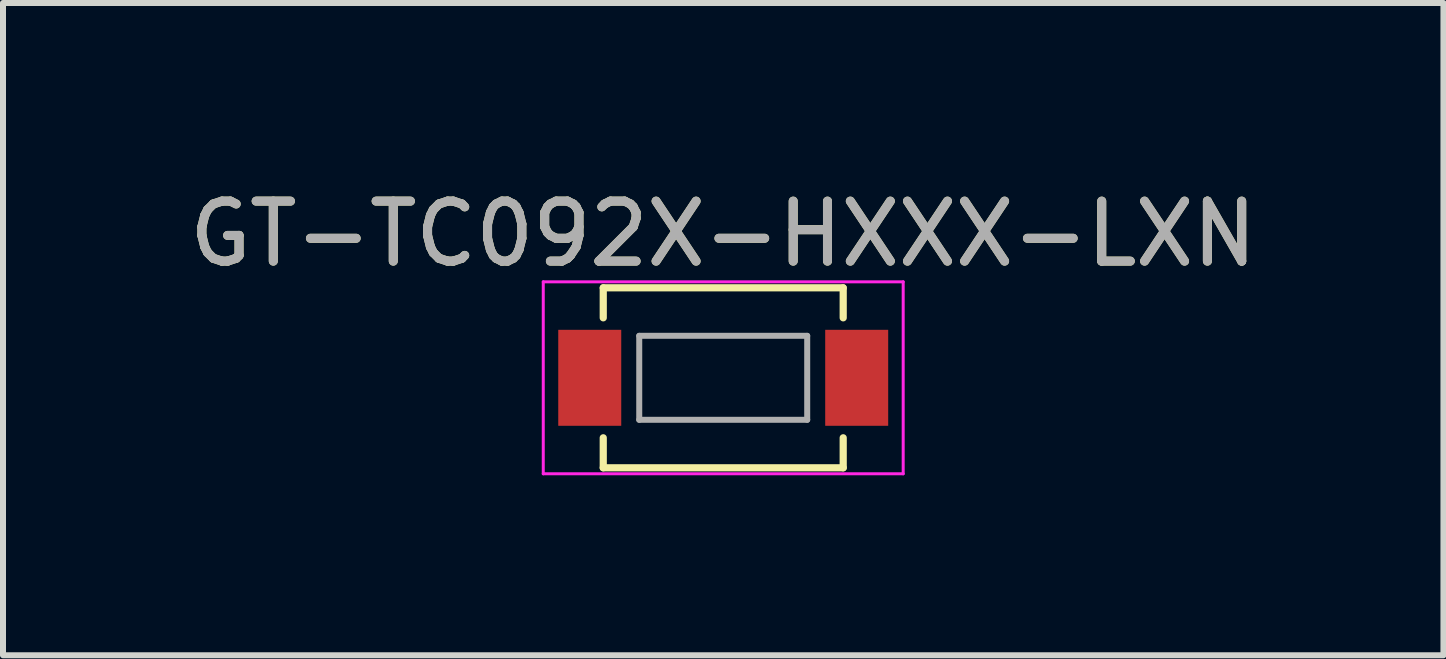
<source format=kicad_pcb>
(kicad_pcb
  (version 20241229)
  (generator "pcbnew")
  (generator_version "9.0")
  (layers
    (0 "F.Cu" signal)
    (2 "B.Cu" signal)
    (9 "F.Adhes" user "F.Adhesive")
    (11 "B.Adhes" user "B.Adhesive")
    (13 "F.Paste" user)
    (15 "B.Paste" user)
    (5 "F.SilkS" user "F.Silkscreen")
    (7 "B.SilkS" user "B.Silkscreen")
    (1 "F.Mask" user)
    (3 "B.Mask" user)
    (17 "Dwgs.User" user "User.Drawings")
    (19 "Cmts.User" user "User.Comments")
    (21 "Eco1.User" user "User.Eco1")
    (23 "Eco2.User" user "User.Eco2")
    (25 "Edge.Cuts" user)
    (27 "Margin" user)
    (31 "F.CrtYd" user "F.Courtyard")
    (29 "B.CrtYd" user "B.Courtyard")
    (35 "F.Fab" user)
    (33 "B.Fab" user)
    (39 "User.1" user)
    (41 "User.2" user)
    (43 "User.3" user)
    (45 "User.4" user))
  (footprint "GT-TC092X-HXXX-LXN"
    (layer "F.Cu")
    (at 9.006 3.248)
    (property "Reference" "GT-TC092X-HXXX-LXN" (at 0 -2.4 0) (layer "F.SilkS") (effects (font (size 1 1) (thickness 0.15))))
    (attr smd)
    (fp_line (start -2 -1.5) (end -2 -1) (stroke (width 0.12) (type solid)) (layer "F.SilkS"))
    (fp_line (start -2 1) (end -2 1.5) (stroke (width 0.12) (type solid)) (layer "F.SilkS"))
    (fp_line (start -2 1.5) (end 2 1.5) (stroke (width 0.12) (type solid)) (layer "F.SilkS"))
    (fp_line (start 2 -1.5) (end -2 -1.5) (stroke (width 0.12) (type solid)) (layer "F.SilkS"))
    (fp_line (start 2 -1.5) (end 2 -1) (stroke (width 0.12) (type solid)) (layer "F.SilkS"))
    (fp_line (start 2 1.5) (end 2 1) (stroke (width 0.12) (type solid)) (layer "F.SilkS"))
    (fp_line (start -3 -1.6) (end 3 -1.6) (stroke (width 0.05) (type solid)) (layer "F.CrtYd"))
    (fp_line (start -3 1.6) (end -3 -1.6) (stroke (width 0.05) (type solid)) (layer "F.CrtYd"))
    (fp_line (start 3 -1.6) (end 3 1.6) (stroke (width 0.05) (type solid)) (layer "F.CrtYd"))
    (fp_line (start 3 1.6) (end -3 1.6) (stroke (width 0.05) (type solid)) (layer "F.CrtYd"))
    (fp_line (start -1.4 -0.7) (end 1.4 -0.7) (stroke (width 0.1) (type solid)) (layer "F.Fab"))
    (fp_line (start -1.4 0.7) (end -1.4 -0.7) (stroke (width 0.1) (type solid)) (layer "F.Fab"))
    (fp_line (start 1.4 -0.7) (end 1.4 0.7) (stroke (width 0.1) (type solid)) (layer "F.Fab"))
    (fp_line (start 1.4 0.7) (end -1.4 0.7) (stroke (width 0.1) (type solid)) (layer "F.Fab"))
    (fp_text user "${REFERENCE}" (at 0 -2.4 0) (layer "F.Fab") (effects (font (size 1 1) (thickness 0.15))))
    (pad "1" smd rect (at -2.225 0) (size 1.05 1.6) (layers "F.Cu" "F.Mask" "F.Paste"))
    (pad "2" smd rect (at 2.225 0) (size 1.05 1.6) (layers "F.Cu" "F.Mask" "F.Paste")))
  (gr_rect
    (start -3 -3)
    (end 21.012 7.873)
    (stroke (width 0.1) (type default))
    (fill no)
    (layer "Edge.Cuts")))
</source>
